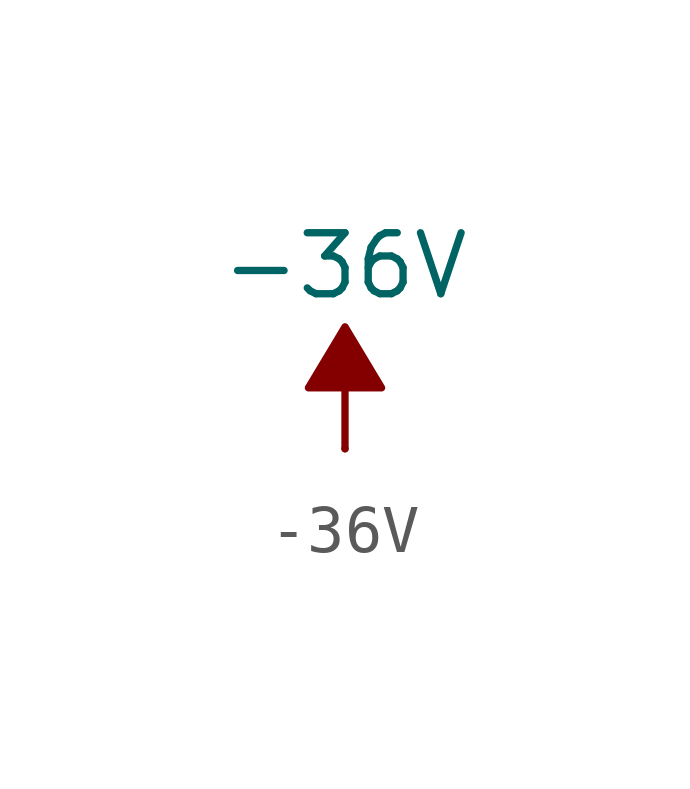
<source format=kicad_sym>
(kicad_symbol_lib
  (version 20231120)
  (generator "kicad_symbol_editor")
  (generator_version "8.0")
  (symbol "-36V"
    (power)
    (pin_numbers hide)
    (pin_names
      (offset 0) hide)
    (property "Reference" "#PWR"
      (at 0 2.54 0)
      (effects (font (size 1.27 1.27)) (hide yes)))
    (property "Value" "-36V"
      (at 0 3.81 0)
      (effects (font (size 1.27 1.27))))
    (symbol "-36V_0_0"
      (pin power_in line (at 0 0 90) (length 0) (name "~" (effects (font (size 1.27 1.27)))) (number "1" (effects (font (size 1.27 1.27))))))
    (symbol "-36V_0_1"
      (polyline (pts (xy 0 0) (xy 0 1.27) (xy 0.762 1.27) (xy 0 2.54) (xy -0.762 1.27) (xy 0 1.27)) (stroke (width 0) (type default)) (fill (type outline))))))
</source>
